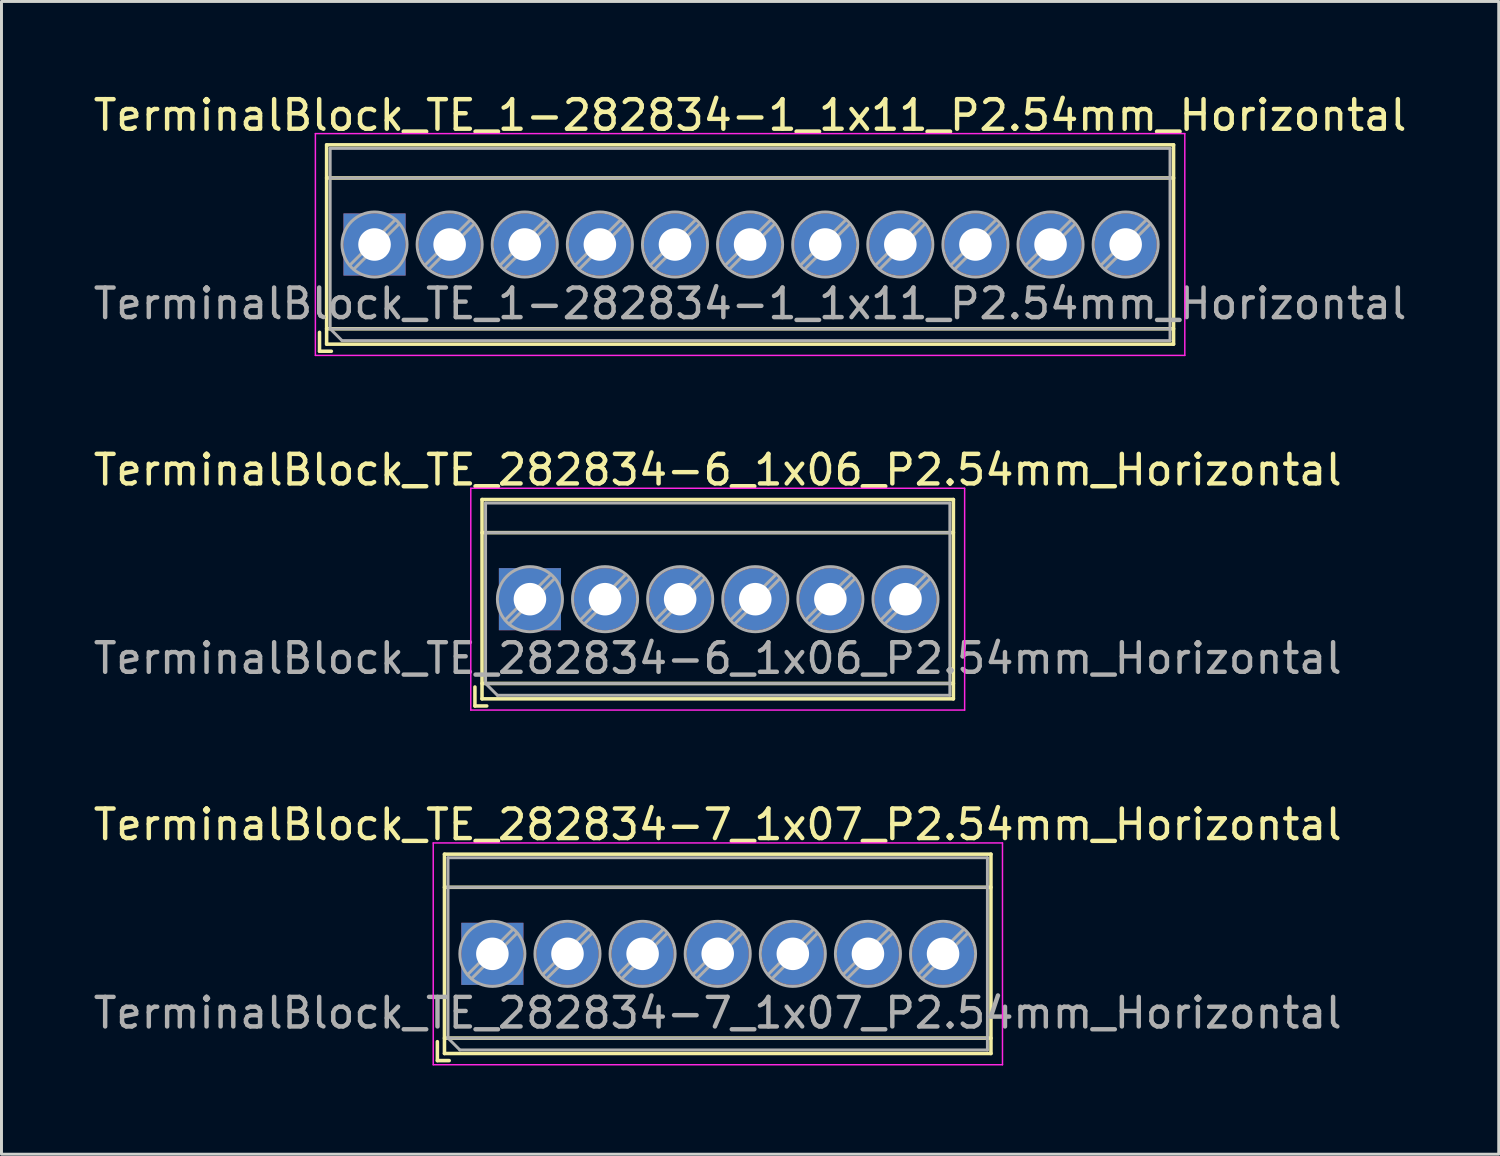
<source format=kicad_pcb>
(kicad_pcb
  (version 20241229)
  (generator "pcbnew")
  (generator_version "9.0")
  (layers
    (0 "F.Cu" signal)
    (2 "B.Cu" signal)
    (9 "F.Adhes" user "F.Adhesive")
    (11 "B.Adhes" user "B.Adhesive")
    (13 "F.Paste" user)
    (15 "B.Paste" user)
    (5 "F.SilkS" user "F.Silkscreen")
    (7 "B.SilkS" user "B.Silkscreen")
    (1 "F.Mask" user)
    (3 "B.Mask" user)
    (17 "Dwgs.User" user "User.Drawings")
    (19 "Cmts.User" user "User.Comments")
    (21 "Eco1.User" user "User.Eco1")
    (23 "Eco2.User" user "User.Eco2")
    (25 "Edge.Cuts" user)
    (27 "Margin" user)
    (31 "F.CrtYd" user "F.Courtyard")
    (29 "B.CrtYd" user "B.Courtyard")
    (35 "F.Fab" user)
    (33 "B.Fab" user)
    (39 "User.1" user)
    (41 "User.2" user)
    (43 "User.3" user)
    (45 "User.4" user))
  (footprint "TerminalBlock_TE_282834-6_1x06_P2.54mm_Horizontal"
    (layer "F.Cu")
    (at 14.87 17.212)
    (property "Reference" "TerminalBlock_TE_282834-6_1x06_P2.54mm_Horizontal" (at 6.35 -4.37 0) (layer "F.SilkS") (effects (font (size 1 1) (thickness 0.15))))
    (attr through_hole)
    (fp_line (start -1.86 2.97) (end -1.86 3.61) (stroke (width 0.12) (type solid)) (layer "F.SilkS"))
    (fp_line (start -1.86 3.61) (end -1.46 3.61) (stroke (width 0.12) (type solid)) (layer "F.SilkS"))
    (fp_line (start -1.62 -3.37) (end -1.62 3.37) (stroke (width 0.12) (type solid)) (layer "F.SilkS"))
    (fp_line (start -1.62 -3.37) (end 14.32 -3.37) (stroke (width 0.12) (type solid)) (layer "F.SilkS"))
    (fp_line (start -1.62 -2.25) (end 14.32 -2.25) (stroke (width 0.12) (type solid)) (layer "F.SilkS"))
    (fp_line (start -1.62 2.85) (end 14.32 2.85) (stroke (width 0.12) (type solid)) (layer "F.SilkS"))
    (fp_line (start -1.62 3.37) (end 14.32 3.37) (stroke (width 0.12) (type solid)) (layer "F.SilkS"))
    (fp_line (start 14.32 -3.37) (end 14.32 3.37) (stroke (width 0.12) (type solid)) (layer "F.SilkS"))
    (fp_line (start -2 -3.75) (end -2 3.75) (stroke (width 0.05) (type solid)) (layer "F.CrtYd"))
    (fp_line (start -2 3.75) (end 14.7 3.75) (stroke (width 0.05) (type solid)) (layer "F.CrtYd"))
    (fp_line (start 14.7 -3.75) (end -2 -3.75) (stroke (width 0.05) (type solid)) (layer "F.CrtYd"))
    (fp_line (start 14.7 3.75) (end 14.7 -3.75) (stroke (width 0.05) (type solid)) (layer "F.CrtYd"))
    (fp_line (start -1.5 -3.25) (end 14.2 -3.25) (stroke (width 0.1) (type solid)) (layer "F.Fab"))
    (fp_line (start -1.5 -2.25) (end 14.2 -2.25) (stroke (width 0.1) (type solid)) (layer "F.Fab"))
    (fp_line (start -1.5 2.85) (end -1.5 -3.25) (stroke (width 0.1) (type solid)) (layer "F.Fab"))
    (fp_line (start -1.5 2.85) (end 14.2 2.85) (stroke (width 0.1) (type solid)) (layer "F.Fab"))
    (fp_line (start -1.1 3.25) (end -1.5 2.85) (stroke (width 0.1) (type solid)) (layer "F.Fab"))
    (fp_line (start 0.701 -0.835) (end -0.835 0.7) (stroke (width 0.1) (type solid)) (layer "F.Fab"))
    (fp_line (start 0.835 -0.7) (end -0.701 0.835) (stroke (width 0.1) (type solid)) (layer "F.Fab"))
    (fp_line (start 3.241 -0.835) (end 1.706 0.7) (stroke (width 0.1) (type solid)) (layer "F.Fab"))
    (fp_line (start 3.375 -0.7) (end 1.84 0.835) (stroke (width 0.1) (type solid)) (layer "F.Fab"))
    (fp_line (start 5.781 -0.835) (end 4.246 0.7) (stroke (width 0.1) (type solid)) (layer "F.Fab"))
    (fp_line (start 5.915 -0.7) (end 4.38 0.835) (stroke (width 0.1) (type solid)) (layer "F.Fab"))
    (fp_line (start 8.321 -0.835) (end 6.786 0.7) (stroke (width 0.1) (type solid)) (layer "F.Fab"))
    (fp_line (start 8.455 -0.7) (end 6.92 0.835) (stroke (width 0.1) (type solid)) (layer "F.Fab"))
    (fp_line (start 10.861 -0.835) (end 9.326 0.7) (stroke (width 0.1) (type solid)) (layer "F.Fab"))
    (fp_line (start 10.995 -0.7) (end 9.46 0.835) (stroke (width 0.1) (type solid)) (layer "F.Fab"))
    (fp_line (start 13.401 -0.835) (end 11.866 0.7) (stroke (width 0.1) (type solid)) (layer "F.Fab"))
    (fp_line (start 13.535 -0.7) (end 12 0.835) (stroke (width 0.1) (type solid)) (layer "F.Fab"))
    (fp_line (start 14.2 -3.25) (end 14.2 3.25) (stroke (width 0.1) (type solid)) (layer "F.Fab"))
    (fp_line (start 14.2 3.25) (end -1.1 3.25) (stroke (width 0.1) (type solid)) (layer "F.Fab"))
    (fp_circle (center 0 0) (end 1.1 0) (stroke (width 0.1) (type solid)) (fill no) (layer "F.Fab"))
    (fp_circle (center 2.54 0) (end 3.64 0) (stroke (width 0.1) (type solid)) (fill no) (layer "F.Fab"))
    (fp_circle (center 5.08 0) (end 6.18 0) (stroke (width 0.1) (type solid)) (fill no) (layer "F.Fab"))
    (fp_circle (center 7.62 0) (end 8.72 0) (stroke (width 0.1) (type solid)) (fill no) (layer "F.Fab"))
    (fp_circle (center 10.16 0) (end 11.26 0) (stroke (width 0.1) (type solid)) (fill no) (layer "F.Fab"))
    (fp_circle (center 12.7 0) (end 13.8 0) (stroke (width 0.1) (type solid)) (fill no) (layer "F.Fab"))
    (fp_text user "${REFERENCE}" (at 6.35 2 0) (layer "F.Fab") (effects (font (size 1 1) (thickness 0.15))))
    (pad "1" thru_hole rect (at 0 0) (size 2.1 2.1) (drill 1.1) (layers "*.Cu" "*.Mask"))
    (pad "2" thru_hole circle (at 2.54 0) (size 2.1 2.1) (drill 1.1) (layers "*.Cu" "*.Mask"))
    (pad "3" thru_hole circle (at 5.08 0) (size 2.1 2.1) (drill 1.1) (layers "*.Cu" "*.Mask"))
    (pad "4" thru_hole circle (at 7.62 0) (size 2.1 2.1) (drill 1.1) (layers "*.Cu" "*.Mask"))
    (pad "5" thru_hole circle (at 10.16 0) (size 2.1 2.1) (drill 1.1) (layers "*.Cu" "*.Mask"))
    (pad "6" thru_hole circle (at 12.7 0) (size 2.1 2.1) (drill 1.1) (layers "*.Cu" "*.Mask")))
  (footprint "TerminalBlock_TE_282834-7_1x07_P2.54mm_Horizontal"
    (layer "F.Cu")
    (at 13.6 29.205)
    (property "Reference" "TerminalBlock_TE_282834-7_1x07_P2.54mm_Horizontal" (at 7.62 -4.37 0) (layer "F.SilkS") (effects (font (size 1 1) (thickness 0.15))))
    (attr through_hole)
    (fp_line (start -1.86 2.97) (end -1.86 3.61) (stroke (width 0.12) (type solid)) (layer "F.SilkS"))
    (fp_line (start -1.86 3.61) (end -1.46 3.61) (stroke (width 0.12) (type solid)) (layer "F.SilkS"))
    (fp_line (start -1.62 -3.37) (end -1.62 3.37) (stroke (width 0.12) (type solid)) (layer "F.SilkS"))
    (fp_line (start -1.62 -3.37) (end 16.86 -3.37) (stroke (width 0.12) (type solid)) (layer "F.SilkS"))
    (fp_line (start -1.62 -2.25) (end 16.86 -2.25) (stroke (width 0.12) (type solid)) (layer "F.SilkS"))
    (fp_line (start -1.62 2.85) (end 16.86 2.85) (stroke (width 0.12) (type solid)) (layer "F.SilkS"))
    (fp_line (start -1.62 3.37) (end 16.86 3.37) (stroke (width 0.12) (type solid)) (layer "F.SilkS"))
    (fp_line (start 16.86 -3.37) (end 16.86 3.37) (stroke (width 0.12) (type solid)) (layer "F.SilkS"))
    (fp_line (start -2 -3.75) (end -2 3.75) (stroke (width 0.05) (type solid)) (layer "F.CrtYd"))
    (fp_line (start -2 3.75) (end 17.25 3.75) (stroke (width 0.05) (type solid)) (layer "F.CrtYd"))
    (fp_line (start 17.25 -3.75) (end -2 -3.75) (stroke (width 0.05) (type solid)) (layer "F.CrtYd"))
    (fp_line (start 17.25 3.75) (end 17.25 -3.75) (stroke (width 0.05) (type solid)) (layer "F.CrtYd"))
    (fp_line (start -1.5 -3.25) (end 16.74 -3.25) (stroke (width 0.1) (type solid)) (layer "F.Fab"))
    (fp_line (start -1.5 -2.25) (end 16.74 -2.25) (stroke (width 0.1) (type solid)) (layer "F.Fab"))
    (fp_line (start -1.5 2.85) (end -1.5 -3.25) (stroke (width 0.1) (type solid)) (layer "F.Fab"))
    (fp_line (start -1.5 2.85) (end 16.74 2.85) (stroke (width 0.1) (type solid)) (layer "F.Fab"))
    (fp_line (start -1.1 3.25) (end -1.5 2.85) (stroke (width 0.1) (type solid)) (layer "F.Fab"))
    (fp_line (start 0.701 -0.835) (end -0.835 0.7) (stroke (width 0.1) (type solid)) (layer "F.Fab"))
    (fp_line (start 0.835 -0.7) (end -0.701 0.835) (stroke (width 0.1) (type solid)) (layer "F.Fab"))
    (fp_line (start 3.241 -0.835) (end 1.706 0.7) (stroke (width 0.1) (type solid)) (layer "F.Fab"))
    (fp_line (start 3.375 -0.7) (end 1.84 0.835) (stroke (width 0.1) (type solid)) (layer "F.Fab"))
    (fp_line (start 5.781 -0.835) (end 4.246 0.7) (stroke (width 0.1) (type solid)) (layer "F.Fab"))
    (fp_line (start 5.915 -0.7) (end 4.38 0.835) (stroke (width 0.1) (type solid)) (layer "F.Fab"))
    (fp_line (start 8.321 -0.835) (end 6.786 0.7) (stroke (width 0.1) (type solid)) (layer "F.Fab"))
    (fp_line (start 8.455 -0.7) (end 6.92 0.835) (stroke (width 0.1) (type solid)) (layer "F.Fab"))
    (fp_line (start 10.861 -0.835) (end 9.326 0.7) (stroke (width 0.1) (type solid)) (layer "F.Fab"))
    (fp_line (start 10.995 -0.7) (end 9.46 0.835) (stroke (width 0.1) (type solid)) (layer "F.Fab"))
    (fp_line (start 13.401 -0.835) (end 11.866 0.7) (stroke (width 0.1) (type solid)) (layer "F.Fab"))
    (fp_line (start 13.535 -0.7) (end 12 0.835) (stroke (width 0.1) (type solid)) (layer "F.Fab"))
    (fp_line (start 15.941 -0.835) (end 14.406 0.7) (stroke (width 0.1) (type solid)) (layer "F.Fab"))
    (fp_line (start 16.075 -0.7) (end 14.54 0.835) (stroke (width 0.1) (type solid)) (layer "F.Fab"))
    (fp_line (start 16.74 -3.25) (end 16.74 3.25) (stroke (width 0.1) (type solid)) (layer "F.Fab"))
    (fp_line (start 16.74 3.25) (end -1.1 3.25) (stroke (width 0.1) (type solid)) (layer "F.Fab"))
    (fp_circle (center 0 0) (end 1.1 0) (stroke (width 0.1) (type solid)) (fill no) (layer "F.Fab"))
    (fp_circle (center 2.54 0) (end 3.64 0) (stroke (width 0.1) (type solid)) (fill no) (layer "F.Fab"))
    (fp_circle (center 5.08 0) (end 6.18 0) (stroke (width 0.1) (type solid)) (fill no) (layer "F.Fab"))
    (fp_circle (center 7.62 0) (end 8.72 0) (stroke (width 0.1) (type solid)) (fill no) (layer "F.Fab"))
    (fp_circle (center 10.16 0) (end 11.26 0) (stroke (width 0.1) (type solid)) (fill no) (layer "F.Fab"))
    (fp_circle (center 12.7 0) (end 13.8 0) (stroke (width 0.1) (type solid)) (fill no) (layer "F.Fab"))
    (fp_circle (center 15.24 0) (end 16.34 0) (stroke (width 0.1) (type solid)) (fill no) (layer "F.Fab"))
    (fp_text user "${REFERENCE}" (at 7.62 2 0) (layer "F.Fab") (effects (font (size 1 1) (thickness 0.15))))
    (pad "1" thru_hole rect (at 0 0) (size 2.1 2.1) (drill 1.1) (layers "*.Cu" "*.Mask"))
    (pad "2" thru_hole circle (at 2.54 0) (size 2.1 2.1) (drill 1.1) (layers "*.Cu" "*.Mask"))
    (pad "3" thru_hole circle (at 5.08 0) (size 2.1 2.1) (drill 1.1) (layers "*.Cu" "*.Mask"))
    (pad "4" thru_hole circle (at 7.62 0) (size 2.1 2.1) (drill 1.1) (layers "*.Cu" "*.Mask"))
    (pad "5" thru_hole circle (at 10.16 0) (size 2.1 2.1) (drill 1.1) (layers "*.Cu" "*.Mask"))
    (pad "6" thru_hole circle (at 12.7 0) (size 2.1 2.1) (drill 1.1) (layers "*.Cu" "*.Mask"))
    (pad "7" thru_hole circle (at 15.24 0) (size 2.1 2.1) (drill 1.1) (layers "*.Cu" "*.Mask")))
  (footprint "TerminalBlock_TE_1-282834-1_1x11_P2.54mm_Horizontal"
    (layer "F.Cu")
    (at 9.615 5.218)
    (property "Reference" "TerminalBlock_TE_1-282834-1_1x11_P2.54mm_Horizontal" (at 12.7 -4.37 0) (layer "F.SilkS") (effects (font (size 1 1) (thickness 0.15))))
    (attr through_hole)
    (fp_line (start -1.86 2.97) (end -1.86 3.61) (stroke (width 0.12) (type solid)) (layer "F.SilkS"))
    (fp_line (start -1.86 3.61) (end -1.46 3.61) (stroke (width 0.12) (type solid)) (layer "F.SilkS"))
    (fp_line (start -1.62 -3.37) (end -1.62 3.37) (stroke (width 0.12) (type solid)) (layer "F.SilkS"))
    (fp_line (start -1.62 -3.37) (end 27.02 -3.37) (stroke (width 0.12) (type solid)) (layer "F.SilkS"))
    (fp_line (start -1.62 -2.25) (end 27.02 -2.25) (stroke (width 0.12) (type solid)) (layer "F.SilkS"))
    (fp_line (start -1.62 2.85) (end 27.02 2.85) (stroke (width 0.12) (type solid)) (layer "F.SilkS"))
    (fp_line (start -1.62 3.37) (end 27.02 3.37) (stroke (width 0.12) (type solid)) (layer "F.SilkS"))
    (fp_line (start 27.02 -3.37) (end 27.02 3.37) (stroke (width 0.12) (type solid)) (layer "F.SilkS"))
    (fp_line (start -2 -3.75) (end -2 3.75) (stroke (width 0.05) (type solid)) (layer "F.CrtYd"))
    (fp_line (start -2 3.75) (end 27.4 3.75) (stroke (width 0.05) (type solid)) (layer "F.CrtYd"))
    (fp_line (start 27.4 -3.75) (end -2 -3.75) (stroke (width 0.05) (type solid)) (layer "F.CrtYd"))
    (fp_line (start 27.4 3.75) (end 27.4 -3.75) (stroke (width 0.05) (type solid)) (layer "F.CrtYd"))
    (fp_line (start -1.5 -3.25) (end 26.9 -3.25) (stroke (width 0.1) (type solid)) (layer "F.Fab"))
    (fp_line (start -1.5 -2.25) (end 26.9 -2.25) (stroke (width 0.1) (type solid)) (layer "F.Fab"))
    (fp_line (start -1.5 2.85) (end -1.5 -3.25) (stroke (width 0.1) (type solid)) (layer "F.Fab"))
    (fp_line (start -1.5 2.85) (end 26.9 2.85) (stroke (width 0.1) (type solid)) (layer "F.Fab"))
    (fp_line (start -1.1 3.25) (end -1.5 2.85) (stroke (width 0.1) (type solid)) (layer "F.Fab"))
    (fp_line (start 0.701 -0.835) (end -0.835 0.7) (stroke (width 0.1) (type solid)) (layer "F.Fab"))
    (fp_line (start 0.835 -0.7) (end -0.701 0.835) (stroke (width 0.1) (type solid)) (layer "F.Fab"))
    (fp_line (start 3.241 -0.835) (end 1.706 0.7) (stroke (width 0.1) (type solid)) (layer "F.Fab"))
    (fp_line (start 3.375 -0.7) (end 1.84 0.835) (stroke (width 0.1) (type solid)) (layer "F.Fab"))
    (fp_line (start 5.781 -0.835) (end 4.246 0.7) (stroke (width 0.1) (type solid)) (layer "F.Fab"))
    (fp_line (start 5.915 -0.7) (end 4.38 0.835) (stroke (width 0.1) (type solid)) (layer "F.Fab"))
    (fp_line (start 8.321 -0.835) (end 6.786 0.7) (stroke (width 0.1) (type solid)) (layer "F.Fab"))
    (fp_line (start 8.455 -0.7) (end 6.92 0.835) (stroke (width 0.1) (type solid)) (layer "F.Fab"))
    (fp_line (start 10.861 -0.835) (end 9.326 0.7) (stroke (width 0.1) (type solid)) (layer "F.Fab"))
    (fp_line (start 10.995 -0.7) (end 9.46 0.835) (stroke (width 0.1) (type solid)) (layer "F.Fab"))
    (fp_line (start 13.401 -0.835) (end 11.866 0.7) (stroke (width 0.1) (type solid)) (layer "F.Fab"))
    (fp_line (start 13.535 -0.7) (end 12 0.835) (stroke (width 0.1) (type solid)) (layer "F.Fab"))
    (fp_line (start 15.941 -0.835) (end 14.406 0.7) (stroke (width 0.1) (type solid)) (layer "F.Fab"))
    (fp_line (start 16.075 -0.7) (end 14.54 0.835) (stroke (width 0.1) (type solid)) (layer "F.Fab"))
    (fp_line (start 18.481 -0.835) (end 16.946 0.7) (stroke (width 0.1) (type solid)) (layer "F.Fab"))
    (fp_line (start 18.615 -0.7) (end 17.08 0.835) (stroke (width 0.1) (type solid)) (layer "F.Fab"))
    (fp_line (start 21.021 -0.835) (end 19.486 0.7) (stroke (width 0.1) (type solid)) (layer "F.Fab"))
    (fp_line (start 21.155 -0.7) (end 19.62 0.835) (stroke (width 0.1) (type solid)) (layer "F.Fab"))
    (fp_line (start 23.561 -0.835) (end 22.026 0.7) (stroke (width 0.1) (type solid)) (layer "F.Fab"))
    (fp_line (start 23.695 -0.7) (end 22.16 0.835) (stroke (width 0.1) (type solid)) (layer "F.Fab"))
    (fp_line (start 26.101 -0.835) (end 24.566 0.7) (stroke (width 0.1) (type solid)) (layer "F.Fab"))
    (fp_line (start 26.235 -0.7) (end 24.7 0.835) (stroke (width 0.1) (type solid)) (layer "F.Fab"))
    (fp_line (start 26.9 -3.25) (end 26.9 3.25) (stroke (width 0.1) (type solid)) (layer "F.Fab"))
    (fp_line (start 26.9 3.25) (end -1.1 3.25) (stroke (width 0.1) (type solid)) (layer "F.Fab"))
    (fp_circle (center 0 0) (end 1.1 0) (stroke (width 0.1) (type solid)) (fill no) (layer "F.Fab"))
    (fp_circle (center 2.54 0) (end 3.64 0) (stroke (width 0.1) (type solid)) (fill no) (layer "F.Fab"))
    (fp_circle (center 5.08 0) (end 6.18 0) (stroke (width 0.1) (type solid)) (fill no) (layer "F.Fab"))
    (fp_circle (center 7.62 0) (end 8.72 0) (stroke (width 0.1) (type solid)) (fill no) (layer "F.Fab"))
    (fp_circle (center 10.16 0) (end 11.26 0) (stroke (width 0.1) (type solid)) (fill no) (layer "F.Fab"))
    (fp_circle (center 12.7 0) (end 13.8 0) (stroke (width 0.1) (type solid)) (fill no) (layer "F.Fab"))
    (fp_circle (center 15.24 0) (end 16.34 0) (stroke (width 0.1) (type solid)) (fill no) (layer "F.Fab"))
    (fp_circle (center 17.78 0) (end 18.88 0) (stroke (width 0.1) (type solid)) (fill no) (layer "F.Fab"))
    (fp_circle (center 20.32 0) (end 21.42 0) (stroke (width 0.1) (type solid)) (fill no) (layer "F.Fab"))
    (fp_circle (center 22.86 0) (end 23.96 0) (stroke (width 0.1) (type solid)) (fill no) (layer "F.Fab"))
    (fp_circle (center 25.4 0) (end 26.5 0) (stroke (width 0.1) (type solid)) (fill no) (layer "F.Fab"))
    (fp_text user "${REFERENCE}" (at 12.7 2 0) (layer "F.Fab") (effects (font (size 1 1) (thickness 0.15))))
    (pad "1" thru_hole rect (at 0 0) (size 2.1 2.1) (drill 1.1) (layers "*.Cu" "*.Mask"))
    (pad "2" thru_hole circle (at 2.54 0) (size 2.1 2.1) (drill 1.1) (layers "*.Cu" "*.Mask"))
    (pad "3" thru_hole circle (at 5.08 0) (size 2.1 2.1) (drill 1.1) (layers "*.Cu" "*.Mask"))
    (pad "4" thru_hole circle (at 7.62 0) (size 2.1 2.1) (drill 1.1) (layers "*.Cu" "*.Mask"))
    (pad "5" thru_hole circle (at 10.16 0) (size 2.1 2.1) (drill 1.1) (layers "*.Cu" "*.Mask"))
    (pad "6" thru_hole circle (at 12.7 0) (size 2.1 2.1) (drill 1.1) (layers "*.Cu" "*.Mask"))
    (pad "7" thru_hole circle (at 15.24 0) (size 2.1 2.1) (drill 1.1) (layers "*.Cu" "*.Mask"))
    (pad "8" thru_hole circle (at 17.78 0) (size 2.1 2.1) (drill 1.1) (layers "*.Cu" "*.Mask"))
    (pad "9" thru_hole circle (at 20.32 0) (size 2.1 2.1) (drill 1.1) (layers "*.Cu" "*.Mask"))
    (pad "10" thru_hole circle (at 22.86 0) (size 2.1 2.1) (drill 1.1) (layers "*.Cu" "*.Mask"))
    (pad "11" thru_hole circle (at 25.4 0) (size 2.1 2.1) (drill 1.1) (layers "*.Cu" "*.Mask")))
  (gr_rect
    (start -3 -3)
    (end 47.631 35.98)
    (stroke (width 0.1) (type default))
    (fill no)
    (layer "Edge.Cuts")))
</source>
